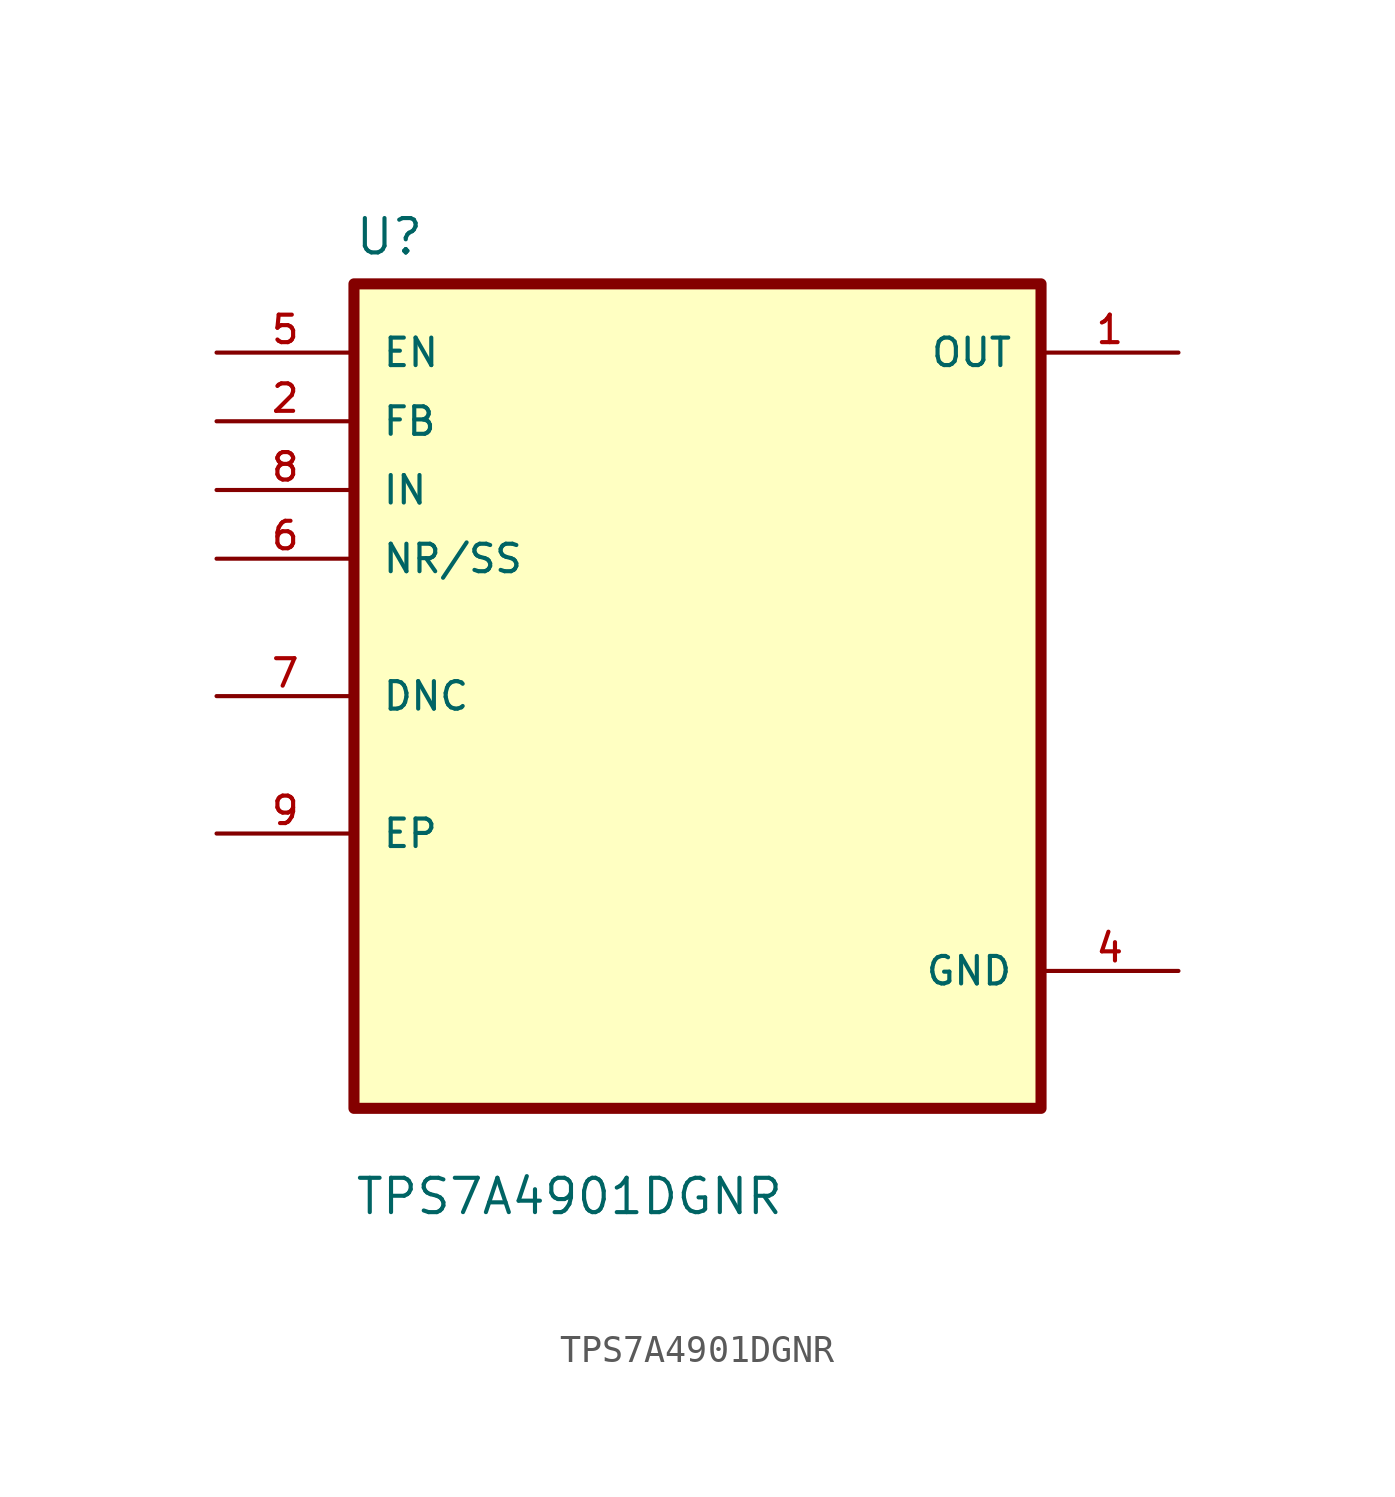
<source format=kicad_sym>
(kicad_symbol_lib
  (version 20231120)
  (generator "kicad_symbol_editor")
  (generator_version "8.0")
  (symbol "TPS7A4901DGNR"
    (pin_names
      (offset 1.016))
    (property "Reference" "U"
      (at -12.7 16.24 0)
      (effects (font (size 1.27 1.27)) (justify left bottom)))
    (property "Value" "TPS7A4901DGNR"
      (at -12.7 -19.24 0)
      (effects (font (size 1.27 1.27)) (justify left bottom)))
    (symbol "TPS7A4901DGNR_0_0"
      (rectangle (start -12.7 -15.24) (end 12.7 15.24) (stroke (width 0.41) (type default)) (fill (type background)))
      (pin output line (at 17.78 12.7 180) (length 5.08) (name "OUT" (effects (font (size 1.016 1.016)))) (number "1" (effects (font (size 1.016 1.016)))))
      (pin input line (at -17.78 10.16 0) (length 5.08) (name "FB" (effects (font (size 1.016 1.016)))) (number "2" (effects (font (size 1.016 1.016)))))
      (pin power_in line (at 17.78 -10.16 180) (length 5.08) (name "GND" (effects (font (size 1.016 1.016)))) (number "4" (effects (font (size 1.016 1.016)))))
      (pin input line (at -17.78 12.7 0) (length 5.08) (name "EN" (effects (font (size 1.016 1.016)))) (number "5" (effects (font (size 1.016 1.016)))))
      (pin input line (at -17.78 5.08 0) (length 5.08) (name "NR/SS" (effects (font (size 1.016 1.016)))) (number "6" (effects (font (size 1.016 1.016)))))
      (pin bidirectional line (at -17.78 0 0) (length 5.08) (name "DNC" (effects (font (size 1.016 1.016)))) (number "7" (effects (font (size 1.016 1.016)))))
      (pin input line (at -17.78 7.62 0) (length 5.08) (name "IN" (effects (font (size 1.016 1.016)))) (number "8" (effects (font (size 1.016 1.016)))))
      (pin bidirectional line (at -17.78 -5.08 0) (length 5.08) (name "EP" (effects (font (size 1.016 1.016)))) (number "9" (effects (font (size 1.016 1.016))))))))
</source>
